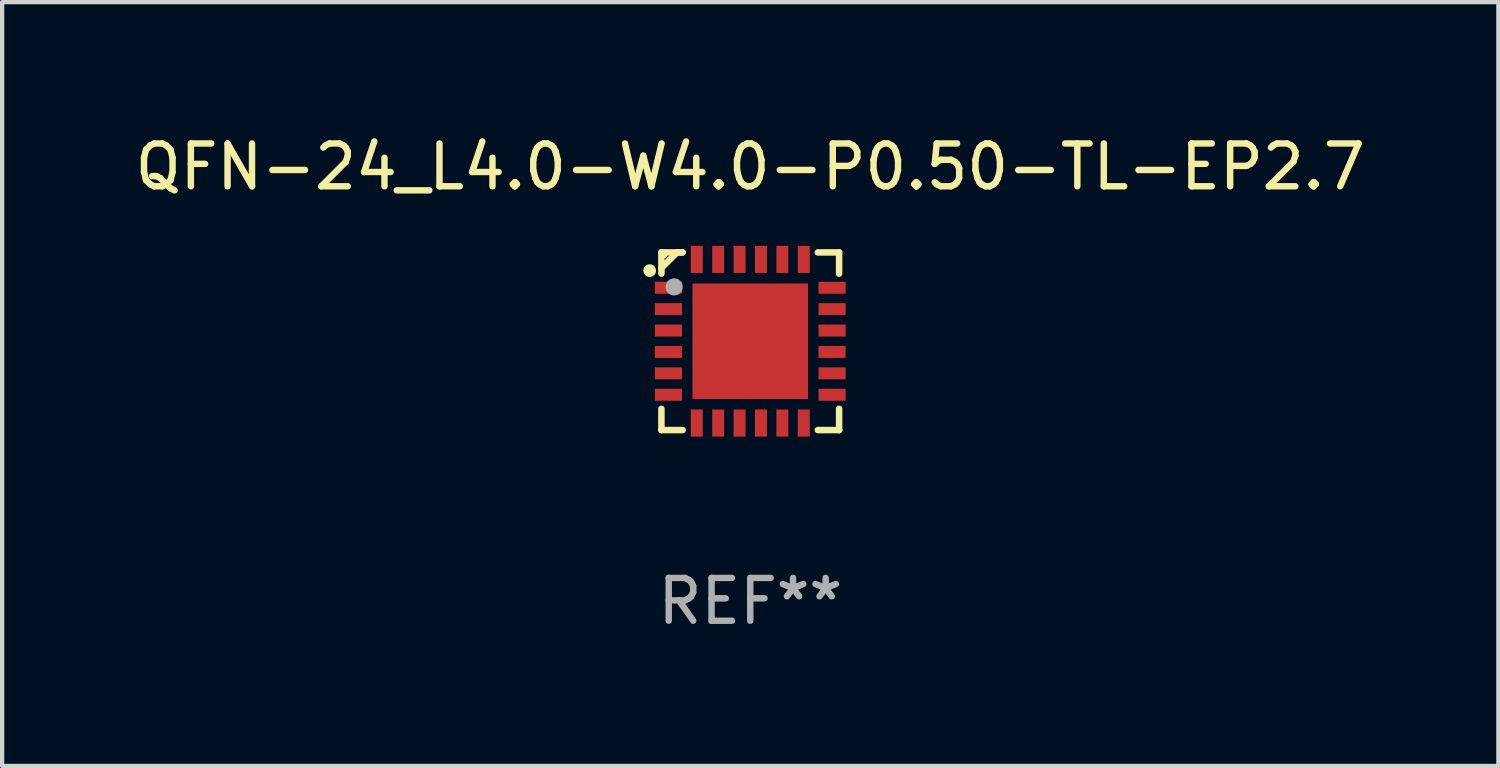
<source format=kicad_pcb>
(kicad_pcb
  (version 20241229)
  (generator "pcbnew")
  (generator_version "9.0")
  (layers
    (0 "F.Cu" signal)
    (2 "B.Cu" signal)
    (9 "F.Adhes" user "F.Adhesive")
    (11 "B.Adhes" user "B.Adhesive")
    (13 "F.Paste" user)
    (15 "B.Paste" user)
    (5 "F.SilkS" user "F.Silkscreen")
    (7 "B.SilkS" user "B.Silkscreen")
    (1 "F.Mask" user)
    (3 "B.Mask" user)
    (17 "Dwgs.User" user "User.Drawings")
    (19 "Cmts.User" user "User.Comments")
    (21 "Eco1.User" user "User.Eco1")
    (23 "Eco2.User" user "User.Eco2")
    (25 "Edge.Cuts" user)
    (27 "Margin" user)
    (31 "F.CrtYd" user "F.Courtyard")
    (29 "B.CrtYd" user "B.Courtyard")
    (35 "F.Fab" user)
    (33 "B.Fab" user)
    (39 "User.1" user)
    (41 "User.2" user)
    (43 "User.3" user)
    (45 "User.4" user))
  (footprint "QFN-24_L4.0-W4.0-P0.50-TL-EP2.7"
    (layer "F.Cu")
    (at 14.482 4.924)
    (property "Reference" "QFN-24_L4.0-W4.0-P0.50-TL-EP2.7" (at 0 -4.076 0) (layer "F.SilkS") (effects (font (size 1 1) (thickness 0.15))))
    (attr through_hole)
    (fp_line (start -2.076 -2.076) (end -2.076 -1.58) (stroke (width 0.152) (type solid)) (layer "F.SilkS"))
    (fp_line (start -2.076 2.076) (end -2.076 1.58) (stroke (width 0.152) (type solid)) (layer "F.SilkS"))
    (fp_line (start -1.713 -2.076) (end -2.076 -1.713) (stroke (width 0.152) (type solid)) (layer "F.SilkS"))
    (fp_line (start -1.58 -2.076) (end -2.076 -2.076) (stroke (width 0.152) (type solid)) (layer "F.SilkS"))
    (fp_line (start -1.58 -2.076) (end -1.713 -2.076) (stroke (width 0.152) (type solid)) (layer "F.SilkS"))
    (fp_line (start -1.58 2.076) (end -2.076 2.076) (stroke (width 0.152) (type solid)) (layer "F.SilkS"))
    (fp_line (start 1.58 -2.076) (end 2.076 -2.076) (stroke (width 0.152) (type solid)) (layer "F.SilkS"))
    (fp_line (start 1.58 2.076) (end 2.076 2.076) (stroke (width 0.152) (type solid)) (layer "F.SilkS"))
    (fp_line (start 2.076 -2.076) (end 2.076 -1.58) (stroke (width 0.152) (type solid)) (layer "F.SilkS"))
    (fp_line (start 2.076 2.076) (end 2.076 1.58) (stroke (width 0.152) (type solid)) (layer "F.SilkS"))
    (fp_circle (center -2.35 -1.65) (end -2.275 -1.65) (stroke (width 0.15) (type solid)) (fill no) (layer "F.SilkS"))
    (fp_circle (center -2 -2) (end -1.97 -2) (stroke (width 0.06) (type solid)) (fill no) (layer "F.SilkS"))
    (fp_circle (center -1.778 -1.27) (end -1.678 -1.27) (stroke (width 0.2) (type solid)) (fill no) (layer "F.Fab"))
    (fp_text user "REF**" (at 0 6.076 0) (layer "F.Fab") (effects (font (size 1 1) (thickness 0.15))))
    (pad "1" smd rect (at -1.912 -1.25) (size 0.633 0.28) (layers "F.Cu" "F.Mask" "F.Paste"))
    (pad "2" smd rect (at -1.912 -0.75) (size 0.633 0.28) (layers "F.Cu" "F.Mask" "F.Paste"))
    (pad "3" smd rect (at -1.912 -0.25) (size 0.633 0.28) (layers "F.Cu" "F.Mask" "F.Paste"))
    (pad "4" smd rect (at -1.912 0.25) (size 0.633 0.28) (layers "F.Cu" "F.Mask" "F.Paste"))
    (pad "5" smd rect (at -1.912 0.75) (size 0.633 0.28) (layers "F.Cu" "F.Mask" "F.Paste"))
    (pad "6" smd rect (at -1.912 1.25) (size 0.633 0.28) (layers "F.Cu" "F.Mask" "F.Paste"))
    (pad "7" smd rect (at -1.25 1.912) (size 0.28 0.633) (layers "F.Cu" "F.Mask" "F.Paste"))
    (pad "8" smd rect (at -0.75 1.912) (size 0.28 0.633) (layers "F.Cu" "F.Mask" "F.Paste"))
    (pad "9" smd rect (at -0.25 1.912) (size 0.28 0.633) (layers "F.Cu" "F.Mask" "F.Paste"))
    (pad "10" smd rect (at 0.25 1.912) (size 0.28 0.633) (layers "F.Cu" "F.Mask" "F.Paste"))
    (pad "11" smd rect (at 0.75 1.912) (size 0.28 0.633) (layers "F.Cu" "F.Mask" "F.Paste"))
    (pad "12" smd rect (at 1.25 1.912) (size 0.28 0.633) (layers "F.Cu" "F.Mask" "F.Paste"))
    (pad "13" smd rect (at 1.912 1.25) (size 0.633 0.28) (layers "F.Cu" "F.Mask" "F.Paste"))
    (pad "14" smd rect (at 1.912 0.75) (size 0.633 0.28) (layers "F.Cu" "F.Mask" "F.Paste"))
    (pad "15" smd rect (at 1.912 0.25) (size 0.633 0.28) (layers "F.Cu" "F.Mask" "F.Paste"))
    (pad "16" smd rect (at 1.912 -0.25) (size 0.633 0.28) (layers "F.Cu" "F.Mask" "F.Paste"))
    (pad "17" smd rect (at 1.912 -0.75) (size 0.633 0.28) (layers "F.Cu" "F.Mask" "F.Paste"))
    (pad "18" smd rect (at 1.912 -1.25) (size 0.633 0.28) (layers "F.Cu" "F.Mask" "F.Paste"))
    (pad "19" smd rect (at 1.25 -1.912) (size 0.28 0.633) (layers "F.Cu" "F.Mask" "F.Paste"))
    (pad "20" smd rect (at 0.75 -1.912) (size 0.28 0.633) (layers "F.Cu" "F.Mask" "F.Paste"))
    (pad "21" smd rect (at 0.25 -1.912) (size 0.28 0.633) (layers "F.Cu" "F.Mask" "F.Paste"))
    (pad "22" smd rect (at -0.25 -1.912) (size 0.28 0.633) (layers "F.Cu" "F.Mask" "F.Paste"))
    (pad "23" smd rect (at -0.75 -1.912) (size 0.28 0.633) (layers "F.Cu" "F.Mask" "F.Paste"))
    (pad "24" smd rect (at -1.25 -1.912) (size 0.28 0.633) (layers "F.Cu" "F.Mask" "F.Paste"))
    (pad "25" smd rect (at 0 0) (size 2.7 2.7) (layers "F.Cu" "F.Mask" "F.Paste")))
  (gr_rect
    (start -3 -3)
    (end 31.964 14.849)
    (stroke (width 0.1) (type default))
    (fill no)
    (layer "Edge.Cuts")))
</source>
